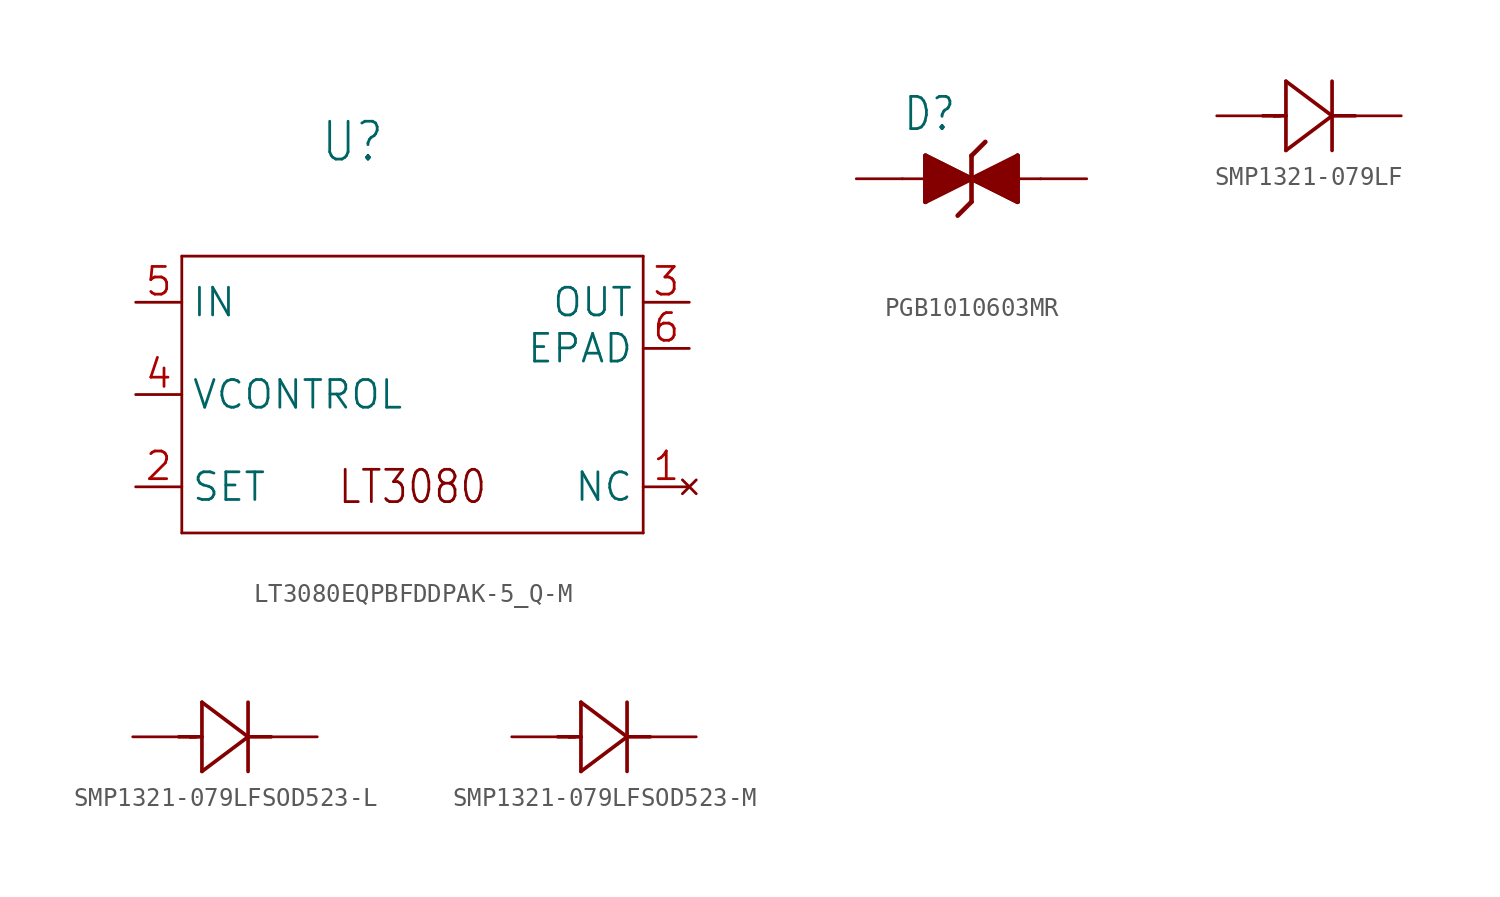
<source format=kicad_sym>
(kicad_symbol_lib
  (version 20241209)
  (generator "kicad_symbol_editor")
  (generator_version "9.0")
  (symbol "LT3080EQPBFDDPAK-5_Q-M"
    (property "Reference" "U"
      (at -5.08 12.7 0)
      (effects (font (size 2.083 1.77)) (justify left bottom)))
    (property "Value" ""
      (at -5.08 10.16 0)
      (effects (font (size 2.083 1.77)) (justify left bottom)))
    (property "ki_locked" ""
      (at 0 0 0)
      (effects (font (size 1.27 1.27))))
    (symbol "LT3080EQPBFDDPAK-5_Q-M_1_0"
      (polyline (pts (xy -12.7 7.62) (xy -12.7 -7.62)) (stroke (width 0.152) (type solid)) (fill (type none)))
      (polyline (pts (xy -12.7 -7.62) (xy 12.7 -7.62)) (stroke (width 0.152) (type solid)) (fill (type none)))
      (polyline (pts (xy 12.7 7.62) (xy -12.7 7.62)) (stroke (width 0.152) (type solid)) (fill (type none)))
      (polyline (pts (xy 12.7 -7.62) (xy 12.7 7.62)) (stroke (width 0.152) (type solid)) (fill (type none)))
      (text "LT3080" (at 0 -5.08 0) (effects (font (size 1.778 1.511))))
      (pin power_in line (at -15.24 5.08 0) (length 2.54) (name "IN" (effects (font (size 1.524 1.524)))) (number "5" (effects (font (size 1.524 1.524)))))
      (pin input line (at -15.24 0 0) (length 2.54) (name "VCONTROL" (effects (font (size 1.524 1.524)))) (number "4" (effects (font (size 1.524 1.524)))))
      (pin input line (at -15.24 -5.08 0) (length 2.54) (name "SET" (effects (font (size 1.524 1.524)))) (number "2" (effects (font (size 1.524 1.524)))))
      (pin power_in line (at 15.24 5.08 180) (length 2.54) (name "OUT" (effects (font (size 1.524 1.524)))) (number "3" (effects (font (size 1.524 1.524)))))
      (pin power_in line (at 15.24 2.54 180) (length 2.54) (name "EPAD" (effects (font (size 1.524 1.524)))) (number "6" (effects (font (size 1.524 1.524)))))
      (pin no_connect line (at 15.24 -5.08 180) (length 2.54) (name "NC" (effects (font (size 1.524 1.524)))) (number "1" (effects (font (size 1.524 1.524)))))))
  (symbol "PGB1010603MR"
    (property "Reference" "D"
      (at -2.54 2.54 0)
      (effects (font (size 1.778 1.511)) (justify left bottom)))
    (property "Value" ""
      (at -2.54 -5.08 0)
      (effects (font (size 1.778 1.511)) (justify left bottom)))
    (property "ki_locked" ""
      (at 0 0 0)
      (effects (font (size 1.27 1.27))))
    (symbol "PGB1010603MR_1_0"
      (polyline (pts (xy -2.54 0) (xy -1.27 0)) (stroke (width 0.152) (type solid)) (fill (type none)))
      (polyline (pts (xy -1.27 1.27) (xy 1.27 0)) (stroke (width 0.254) (type solid)) (fill (type none)))
      (polyline (pts (xy -1.27 0) (xy -1.27 1.27)) (stroke (width 0.254) (type solid)) (fill (type none)))
      (polyline (pts (xy -1.27 -1.27) (xy -1.27 0)) (stroke (width 0.254) (type solid)) (fill (type none)))
      (polyline (pts (xy -1.27 -1.27) (xy -1.27 1.27) (xy 1.27 0)) (stroke (width 0.254) (type solid)) (fill (type outline)))
      (polyline (pts (xy 1.27 1.27) (xy 1.27 0)) (stroke (width 0.254) (type solid)) (fill (type none)))
      (polyline (pts (xy 1.27 1.27) (xy 2.032 2.032)) (stroke (width 0.254) (type solid)) (fill (type none)))
      (polyline (pts (xy 1.27 0) (xy -1.27 -1.27)) (stroke (width 0.254) (type solid)) (fill (type none)))
      (polyline (pts (xy 1.27 0) (xy 1.27 -1.27)) (stroke (width 0.254) (type solid)) (fill (type none)))
      (polyline (pts (xy 1.27 0) (xy 3.81 1.27)) (stroke (width 0.254) (type solid)) (fill (type none)))
      (polyline (pts (xy 1.27 -1.27) (xy 0.508 -2.032)) (stroke (width 0.254) (type solid)) (fill (type none)))
      (polyline (pts (xy 3.81 1.27) (xy 3.81 0)) (stroke (width 0.254) (type solid)) (fill (type none)))
      (polyline (pts (xy 3.81 1.27) (xy 3.81 -1.27) (xy 1.27 0)) (stroke (width 0.254) (type solid)) (fill (type outline)))
      (polyline (pts (xy 3.81 0) (xy 3.81 -1.27)) (stroke (width 0.254) (type solid)) (fill (type none)))
      (polyline (pts (xy 3.81 -1.27) (xy 1.27 0)) (stroke (width 0.254) (type solid)) (fill (type none)))
      (polyline (pts (xy 5.08 0) (xy 3.81 0)) (stroke (width 0.152) (type solid)) (fill (type none)))
      (pin passive line (at -5.08 0 0) (length 2.54) (name "1" (effects (font (size 0 0)))) (number "1" (effects (font (size 0 0)))))
      (pin passive line (at 7.62 0 180) (length 2.54) (name "2" (effects (font (size 0 0)))) (number "2" (effects (font (size 0 0)))))))
  (symbol "SMP1321-079LF"
    (property "Reference" "CR"
      (at -2.819 2.692 0)
      (effects (font (size 3.48 2.958)) (justify left bottom) (hide yes)))
    (property "ki_locked" ""
      (at 0 0 0)
      (effects (font (size 1.27 1.27))))
    (symbol "SMP1321-079LF_1_0"
      (polyline (pts (xy 2.54 0) (xy 3.175 0)) (stroke (width 0.203) (type solid)) (fill (type none)))
      (polyline (pts (xy 3.175 0) (xy 3.48 0)) (stroke (width 0.203) (type solid)) (fill (type none)))
      (polyline (pts (xy 3.175 0) (xy 3.81 0)) (stroke (width 0.203) (type solid)) (fill (type none)))
      (polyline (pts (xy 3.81 1.905) (xy 3.81 0)) (stroke (width 0.203) (type solid)) (fill (type none)))
      (polyline (pts (xy 3.81 0) (xy 3.81 -1.905)) (stroke (width 0.203) (type solid)) (fill (type none)))
      (polyline (pts (xy 3.81 -1.905) (xy 6.35 0)) (stroke (width 0.203) (type solid)) (fill (type none)))
      (polyline (pts (xy 6.35 0) (xy 3.81 1.905)) (stroke (width 0.203) (type solid)) (fill (type none)))
      (polyline (pts (xy 6.35 0) (xy 6.35 1.905)) (stroke (width 0.203) (type solid)) (fill (type none)))
      (polyline (pts (xy 6.35 0) (xy 7.62 0)) (stroke (width 0.203) (type solid)) (fill (type none)))
      (polyline (pts (xy 6.35 -1.905) (xy 6.35 0)) (stroke (width 0.203) (type solid)) (fill (type none)))
      (pin passive line (at 0 0 0) (length 2.54) (name "2" (effects (font (size 0 0)))) (number "2" (effects (font (size 0 0)))))
      (pin passive line (at 10.16 0 180) (length 2.54) (name "1" (effects (font (size 0 0)))) (number "1" (effects (font (size 0 0)))))))
  (symbol "SMP1321-079LFSOD523-L"
    (property "Reference" "CR"
      (at -2.819 2.692 0)
      (effects (font (size 3.48 2.958)) (justify left bottom) (hide yes)))
    (property "ki_locked" ""
      (at 0 0 0)
      (effects (font (size 1.27 1.27))))
    (symbol "SMP1321-079LFSOD523-L_1_0"
      (polyline (pts (xy 2.54 0) (xy 3.175 0)) (stroke (width 0.203) (type solid)) (fill (type none)))
      (polyline (pts (xy 3.175 0) (xy 3.48 0)) (stroke (width 0.203) (type solid)) (fill (type none)))
      (polyline (pts (xy 3.175 0) (xy 3.81 0)) (stroke (width 0.203) (type solid)) (fill (type none)))
      (polyline (pts (xy 3.81 1.905) (xy 3.81 0)) (stroke (width 0.203) (type solid)) (fill (type none)))
      (polyline (pts (xy 3.81 0) (xy 3.81 -1.905)) (stroke (width 0.203) (type solid)) (fill (type none)))
      (polyline (pts (xy 3.81 -1.905) (xy 6.35 0)) (stroke (width 0.203) (type solid)) (fill (type none)))
      (polyline (pts (xy 6.35 0) (xy 3.81 1.905)) (stroke (width 0.203) (type solid)) (fill (type none)))
      (polyline (pts (xy 6.35 0) (xy 6.35 1.905)) (stroke (width 0.203) (type solid)) (fill (type none)))
      (polyline (pts (xy 6.35 0) (xy 7.62 0)) (stroke (width 0.203) (type solid)) (fill (type none)))
      (polyline (pts (xy 6.35 -1.905) (xy 6.35 0)) (stroke (width 0.203) (type solid)) (fill (type none)))
      (pin passive line (at 0 0 0) (length 2.54) (name "2" (effects (font (size 0 0)))) (number "2" (effects (font (size 0 0)))))
      (pin passive line (at 10.16 0 180) (length 2.54) (name "1" (effects (font (size 0 0)))) (number "1" (effects (font (size 0 0)))))))
  (symbol "SMP1321-079LFSOD523-M"
    (property "Reference" "CR"
      (at -2.819 2.692 0)
      (effects (font (size 3.48 2.958)) (justify left bottom) (hide yes)))
    (property "ki_locked" ""
      (at 0 0 0)
      (effects (font (size 1.27 1.27))))
    (symbol "SMP1321-079LFSOD523-M_1_0"
      (polyline (pts (xy 2.54 0) (xy 3.175 0)) (stroke (width 0.203) (type solid)) (fill (type none)))
      (polyline (pts (xy 3.175 0) (xy 3.48 0)) (stroke (width 0.203) (type solid)) (fill (type none)))
      (polyline (pts (xy 3.175 0) (xy 3.81 0)) (stroke (width 0.203) (type solid)) (fill (type none)))
      (polyline (pts (xy 3.81 1.905) (xy 3.81 0)) (stroke (width 0.203) (type solid)) (fill (type none)))
      (polyline (pts (xy 3.81 0) (xy 3.81 -1.905)) (stroke (width 0.203) (type solid)) (fill (type none)))
      (polyline (pts (xy 3.81 -1.905) (xy 6.35 0)) (stroke (width 0.203) (type solid)) (fill (type none)))
      (polyline (pts (xy 6.35 0) (xy 3.81 1.905)) (stroke (width 0.203) (type solid)) (fill (type none)))
      (polyline (pts (xy 6.35 0) (xy 6.35 1.905)) (stroke (width 0.203) (type solid)) (fill (type none)))
      (polyline (pts (xy 6.35 0) (xy 7.62 0)) (stroke (width 0.203) (type solid)) (fill (type none)))
      (polyline (pts (xy 6.35 -1.905) (xy 6.35 0)) (stroke (width 0.203) (type solid)) (fill (type none)))
      (pin passive line (at 0 0 0) (length 2.54) (name "2" (effects (font (size 0 0)))) (number "2" (effects (font (size 0 0)))))
      (pin passive line (at 10.16 0 180) (length 2.54) (name "1" (effects (font (size 0 0)))) (number "1" (effects (font (size 0 0))))))))
</source>
